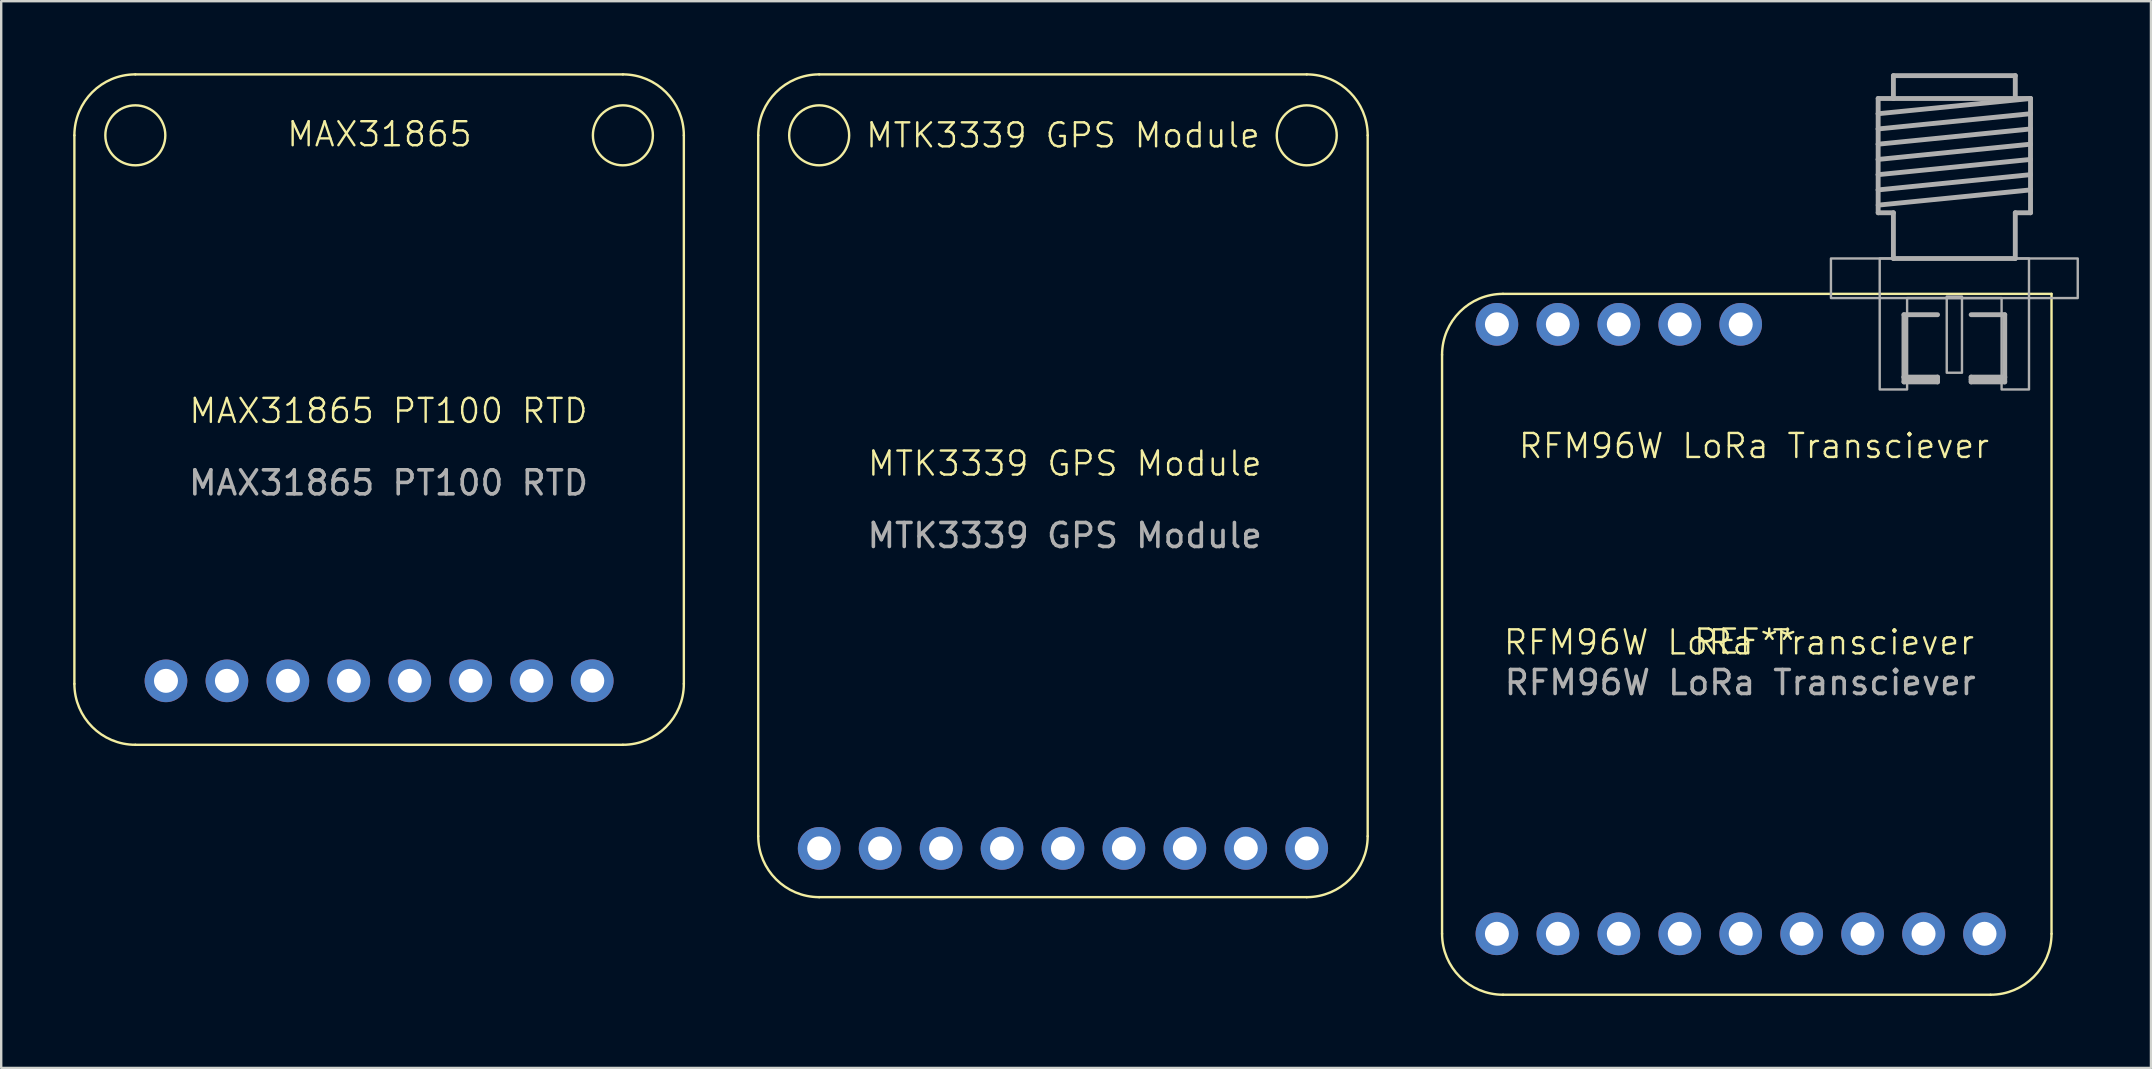
<source format=kicad_pcb>
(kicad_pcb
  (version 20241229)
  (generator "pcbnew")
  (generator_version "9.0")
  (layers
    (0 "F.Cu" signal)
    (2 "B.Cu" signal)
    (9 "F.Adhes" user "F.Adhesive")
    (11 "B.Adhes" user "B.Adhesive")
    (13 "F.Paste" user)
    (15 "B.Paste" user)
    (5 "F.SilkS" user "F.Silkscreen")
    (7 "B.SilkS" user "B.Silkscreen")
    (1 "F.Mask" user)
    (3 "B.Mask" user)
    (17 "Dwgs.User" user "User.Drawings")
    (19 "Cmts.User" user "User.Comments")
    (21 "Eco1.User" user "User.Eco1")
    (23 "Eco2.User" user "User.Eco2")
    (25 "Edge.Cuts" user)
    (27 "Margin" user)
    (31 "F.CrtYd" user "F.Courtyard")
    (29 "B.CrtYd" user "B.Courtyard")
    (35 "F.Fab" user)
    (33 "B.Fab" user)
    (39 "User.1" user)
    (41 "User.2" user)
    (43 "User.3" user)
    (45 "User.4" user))
  (footprint "MTK3339 GPS Module"
    (layer "F.Cu")
    (at 41.325 16.77)
    (property "Reference" "MTK3339 GPS Module" (at 0 -0.5 0) (unlocked yes) (layer "F.SilkS") (effects (font (size 1 1) (thickness 0.1))))
    (attr smd)
    (fp_line (start -12.775 15.03) (end -12.775 -14.18) (stroke (width 0.1) (type solid)) (layer "F.SilkS"))
    (fp_line (start -10.235 -16.72) (end 10.085 -16.72) (stroke (width 0.1) (type solid)) (layer "F.SilkS"))
    (fp_line (start 10.085 17.57) (end -10.235 17.57) (stroke (width 0.1) (type solid)) (layer "F.SilkS"))
    (fp_line (start 12.625 -14.18) (end 12.625 15.03) (stroke (width 0.1) (type solid)) (layer "F.SilkS"))
    (fp_arc (start -12.775 -14.18) (mid -12.031051 -15.976051) (end -10.235 -16.72) (stroke (width 0.1) (type solid)) (layer "F.SilkS"))
    (fp_arc (start -10.235 17.57) (mid -12.031051 16.826051) (end -12.775 15.03) (stroke (width 0.1) (type solid)) (layer "F.SilkS"))
    (fp_arc (start 10.085 -16.72) (mid 11.881051 -15.976051) (end 12.625 -14.18) (stroke (width 0.1) (type solid)) (layer "F.SilkS"))
    (fp_arc (start 12.625 15.03) (mid 11.881051 16.826051) (end 10.085 17.57) (stroke (width 0.1) (type solid)) (layer "F.SilkS"))
    (fp_circle (center -10.235 -14.18) (end -11.485 -14.18) (stroke (width 0.1) (type default)) (fill no) (layer "F.SilkS"))
    (fp_circle (center 10.085 -14.18) (end 8.835 -14.18) (stroke (width 0.1) (type default)) (fill no) (layer "F.SilkS"))
    (fp_text user "MTK3339 GPS Module" (at -0.075 -14.18 0) (unlocked yes) (layer "F.SilkS") (effects (font (size 1 1) (thickness 0.1))))
    (fp_text user "${REFERENCE}" (at 0 2.5 0) (unlocked yes) (layer "F.Fab") (effects (font (size 1 1) (thickness 0.15))))
    (pad "1" thru_hole circle (at -10.235 15.538 270) (size 1.778 1.778) (drill 1) (layers "*.Cu"))
    (pad "2" thru_hole circle (at -7.695 15.538 270) (size 1.778 1.778) (drill 1) (layers "*.Cu"))
    (pad "3" thru_hole circle (at -5.155 15.538 270) (size 1.778 1.778) (drill 1) (layers "*.Cu"))
    (pad "4" thru_hole circle (at -2.615 15.538 270) (size 1.778 1.778) (drill 1) (layers "*.Cu"))
    (pad "5" thru_hole circle (at -0.075 15.538 270) (size 1.778 1.778) (drill 1) (layers "*.Cu"))
    (pad "6" thru_hole circle (at 2.465 15.538 270) (size 1.778 1.778) (drill 1) (layers "*.Cu"))
    (pad "7" thru_hole circle (at 5.005 15.538 270) (size 1.778 1.778) (drill 1) (layers "*.Cu"))
    (pad "8" thru_hole circle (at 7.545 15.538 270) (size 1.778 1.778) (drill 1) (layers "*.Cu"))
    (pad "9" thru_hole circle (at 10.085 15.538 270) (size 1.778 1.778) (drill 1) (layers "*.Cu")))
  (footprint "RFM96W LoRa Transciever"
    (layer "F.Cu")
    (at 69.425 24.222)
    (property "Reference" "RFM96W LoRa Transciever" (at 0 -0.5 0) (unlocked yes) (layer "F.SilkS") (effects (font (size 1 1) (thickness 0.1))))
    (attr smd)
    (fp_line (start -12.375 11.645) (end -12.375 -12.485) (stroke (width 0.1) (type solid)) (layer "F.SilkS"))
    (fp_line (start -9.835 -15.025) (end 13.025 -15.025) (stroke (width 0.1) (type solid)) (layer "F.SilkS"))
    (fp_line (start 10.485 14.185) (end -9.835 14.185) (stroke (width 0.1) (type solid)) (layer "F.SilkS"))
    (fp_line (start 13.025 -15.025) (end 13.025 11.645) (stroke (width 0.1) (type solid)) (layer "F.SilkS"))
    (fp_arc (start -12.375 -12.485) (mid -11.631051 -14.281051) (end -9.835 -15.025) (stroke (width 0.1) (type solid)) (layer "F.SilkS"))
    (fp_arc (start -9.835 14.185) (mid -11.631051 13.441051) (end -12.375 11.645) (stroke (width 0.1) (type solid)) (layer "F.SilkS"))
    (fp_arc (start 13.025 11.645) (mid 12.281051 13.441051) (end 10.485 14.185) (stroke (width 0.1) (type solid)) (layer "F.SilkS"))
    (fp_line (start 5.8 -23.168) (end 6.435 -23.168) (stroke (width 0.203) (type solid)) (layer "F.Fab"))
    (fp_line (start 5.8 -22.533) (end 5.8 -23.168) (stroke (width 0.203) (type solid)) (layer "F.Fab"))
    (fp_line (start 5.8 -21.898) (end 5.8 -22.533) (stroke (width 0.203) (type solid)) (layer "F.Fab"))
    (fp_line (start 5.8 -21.263) (end 5.8 -21.898) (stroke (width 0.203) (type solid)) (layer "F.Fab"))
    (fp_line (start 5.8 -20.628) (end 5.8 -21.263) (stroke (width 0.203) (type solid)) (layer "F.Fab"))
    (fp_line (start 5.8 -19.993) (end 5.8 -20.628) (stroke (width 0.203) (type solid)) (layer "F.Fab"))
    (fp_line (start 5.8 -19.358) (end 5.8 -19.993) (stroke (width 0.203) (type solid)) (layer "F.Fab"))
    (fp_line (start 5.8 -18.405) (end 5.8 -19.358) (stroke (width 0.203) (type solid)) (layer "F.Fab"))
    (fp_line (start 6.435 -24.12) (end 11.515 -24.12) (stroke (width 0.203) (type solid)) (layer "F.Fab"))
    (fp_line (start 6.435 -23.168) (end 6.435 -24.12) (stroke (width 0.203) (type solid)) (layer "F.Fab"))
    (fp_line (start 6.435 -18.405) (end 5.8 -18.405) (stroke (width 0.203) (type solid)) (layer "F.Fab"))
    (fp_line (start 6.435 -16.5) (end 6.435 -18.405) (stroke (width 0.203) (type solid)) (layer "F.Fab"))
    (fp_line (start 6.875 -14.156) (end 6.875 -11.556) (stroke (width 0.203) (type solid)) (layer "F.Fab"))
    (fp_line (start 6.875 -14.156) (end 8.275 -14.156) (stroke (width 0.203) (type solid)) (layer "F.Fab"))
    (fp_line (start 6.875 -11.556) (end 8.275 -11.556) (stroke (width 0.203) (type solid)) (layer "F.Fab"))
    (fp_line (start 6.875 -11.356) (end 6.875 -11.556) (stroke (width 0.203) (type solid)) (layer "F.Fab"))
    (fp_line (start 6.875 -11.356) (end 8.275 -11.356) (stroke (width 0.203) (type solid)) (layer "F.Fab"))
    (fp_line (start 6.975 -11.456) (end 8.275 -11.456) (stroke (width 0.203) (type solid)) (layer "F.Fab"))
    (fp_line (start 8.275 -11.356) (end 8.275 -11.556) (stroke (width 0.203) (type solid)) (layer "F.Fab"))
    (fp_line (start 9.675 -14.156) (end 11.075 -14.156) (stroke (width 0.203) (type solid)) (layer "F.Fab"))
    (fp_line (start 9.675 -11.556) (end 11.075 -11.556) (stroke (width 0.203) (type solid)) (layer "F.Fab"))
    (fp_line (start 9.675 -11.456) (end 10.975 -11.456) (stroke (width 0.203) (type solid)) (layer "F.Fab"))
    (fp_line (start 9.675 -11.356) (end 9.675 -11.556) (stroke (width 0.203) (type solid)) (layer "F.Fab"))
    (fp_line (start 9.675 -11.356) (end 11.075 -11.356) (stroke (width 0.203) (type solid)) (layer "F.Fab"))
    (fp_line (start 11.075 -11.556) (end 11.075 -14.156) (stroke (width 0.203) (type solid)) (layer "F.Fab"))
    (fp_line (start 11.075 -11.356) (end 11.075 -11.556) (stroke (width 0.203) (type solid)) (layer "F.Fab"))
    (fp_line (start 11.515 -24.12) (end 11.515 -23.168) (stroke (width 0.203) (type solid)) (layer "F.Fab"))
    (fp_line (start 11.515 -23.168) (end 6.435 -23.168) (stroke (width 0.203) (type solid)) (layer "F.Fab"))
    (fp_line (start 11.515 -23.168) (end 12.15 -23.168) (stroke (width 0.203) (type solid)) (layer "F.Fab"))
    (fp_line (start 11.515 -18.405) (end 11.515 -16.5) (stroke (width 0.203) (type solid)) (layer "F.Fab"))
    (fp_line (start 11.515 -16.5) (end 6.435 -16.5) (stroke (width 0.203) (type solid)) (layer "F.Fab"))
    (fp_line (start 12.15 -23.168) (end 5.8 -22.533) (stroke (width 0.203) (type solid)) (layer "F.Fab"))
    (fp_line (start 12.15 -23.168) (end 12.15 -22.533) (stroke (width 0.203) (type solid)) (layer "F.Fab"))
    (fp_line (start 12.15 -22.533) (end 5.8 -21.898) (stroke (width 0.203) (type solid)) (layer "F.Fab"))
    (fp_line (start 12.15 -22.533) (end 12.15 -21.898) (stroke (width 0.203) (type solid)) (layer "F.Fab"))
    (fp_line (start 12.15 -21.898) (end 5.8 -21.263) (stroke (width 0.203) (type solid)) (layer "F.Fab"))
    (fp_line (start 12.15 -21.898) (end 12.15 -21.263) (stroke (width 0.203) (type solid)) (layer "F.Fab"))
    (fp_line (start 12.15 -21.263) (end 5.8 -20.628) (stroke (width 0.203) (type solid)) (layer "F.Fab"))
    (fp_line (start 12.15 -21.263) (end 12.15 -20.628) (stroke (width 0.203) (type solid)) (layer "F.Fab"))
    (fp_line (start 12.15 -20.628) (end 5.8 -19.993) (stroke (width 0.203) (type solid)) (layer "F.Fab"))
    (fp_line (start 12.15 -20.628) (end 12.15 -19.993) (stroke (width 0.203) (type solid)) (layer "F.Fab"))
    (fp_line (start 12.15 -19.993) (end 5.8 -19.358) (stroke (width 0.203) (type solid)) (layer "F.Fab"))
    (fp_line (start 12.15 -19.993) (end 12.15 -19.358) (stroke (width 0.203) (type solid)) (layer "F.Fab"))
    (fp_line (start 12.15 -19.358) (end 5.8 -18.723) (stroke (width 0.203) (type solid)) (layer "F.Fab"))
    (fp_line (start 12.15 -19.358) (end 12.15 -18.405) (stroke (width 0.203) (type solid)) (layer "F.Fab"))
    (fp_line (start 12.15 -18.405) (end 11.515 -18.405) (stroke (width 0.203) (type solid)) (layer "F.Fab"))
    (fp_rect (start 3.832 -16.5) (end 14.118 -14.85) (stroke (width 0.1) (type default)) (fill no) (layer "F.Fab"))
    (fp_rect (start 8.658 -14.913) (end 9.293 -11.738) (stroke (width 0.1) (type default)) (fill no) (layer "F.Fab"))
    (fp_poly (pts (xy 10.944 -11.04) (xy 10.944 -14.85) (xy 7.006 -14.85) (xy 7.006 -11.04) (xy 5.864 -11.04) (xy 5.864 -16.5) (xy 12.086 -16.5) (xy 12.086 -11.04)) (stroke (width 0.1) (type default)) (fill no) (layer "F.Fab"))
    (fp_text user "RFM96W LoRa Transciever" (at -9.25 -8.1 0) (unlocked yes) (layer "F.SilkS") (effects (font (size 1 1) (thickness 0.1)) (justify left bottom)))
    (fp_text user "REF**" (at -1.95 0.05 0) (unlocked yes) (layer "F.SilkS") (effects (font (size 1 1) (thickness 0.1)) (justify left bottom)))
    (fp_text user "${REFERENCE}" (at 0.05 1.175 0) (unlocked yes) (layer "F.Fab") (effects (font (size 1 1) (thickness 0.15))))
    (pad "1" thru_hole circle (at -10.089 11.645 90) (size 1.778 1.778) (drill 1) (layers "*.Cu"))
    (pad "2" thru_hole circle (at -7.549 11.645 90) (size 1.778 1.778) (drill 1) (layers "*.Cu"))
    (pad "3" thru_hole circle (at -5.009 11.645 90) (size 1.778 1.778) (drill 1) (layers "*.Cu"))
    (pad "4" thru_hole circle (at -2.469 11.645 90) (size 1.778 1.778) (drill 1) (layers "*.Cu"))
    (pad "5" thru_hole circle (at 0.071 11.645 90) (size 1.778 1.778) (drill 1) (layers "*.Cu"))
    (pad "6" thru_hole circle (at 2.611 11.645 90) (size 1.778 1.778) (drill 1) (layers "*.Cu"))
    (pad "7" thru_hole circle (at 5.151 11.645 90) (size 1.778 1.778) (drill 1) (layers "*.Cu"))
    (pad "8" thru_hole circle (at 7.691 11.645 90) (size 1.778 1.778) (drill 1) (layers "*.Cu"))
    (pad "9" thru_hole circle (at 10.231 11.645 90) (size 1.778 1.778) (drill 1) (layers "*.Cu"))
    (pad "10" thru_hole circle (at -10.089 -13.755 90) (size 1.778 1.778) (drill 1) (layers "*.Cu"))
    (pad "11" thru_hole circle (at -7.549 -13.755 90) (size 1.778 1.778) (drill 1) (layers "*.Cu"))
    (pad "12" thru_hole circle (at -5.009 -13.755 90) (size 1.778 1.778) (drill 1) (layers "*.Cu"))
    (pad "13" thru_hole circle (at -2.469 -13.755 90) (size 1.778 1.778) (drill 1) (layers "*.Cu"))
    (pad "14" thru_hole circle (at 0.071 -13.755 90) (size 1.778 1.778) (drill 1) (layers "*.Cu")))
  (footprint "MAX31865 PT100 RTD"
    (layer "F.Cu")
    (at 13.142 14.575)
    (property "Reference" "MAX31865 PT100 RTD" (at 0 -0.5 0) (unlocked yes) (layer "F.SilkS") (effects (font (size 1 1) (thickness 0.1))))
    (attr smd)
    (fp_line (start -13.092 -11.985) (end -13.092 10.875) (stroke (width 0.1) (type solid)) (layer "F.SilkS"))
    (fp_line (start 9.768 -14.525) (end -10.552 -14.525) (stroke (width 0.1) (type solid)) (layer "F.SilkS"))
    (fp_line (start 9.768 13.415) (end -10.552 13.415) (stroke (width 0.1) (type solid)) (layer "F.SilkS"))
    (fp_line (start 12.308 10.875) (end 12.308 -11.985) (stroke (width 0.1) (type solid)) (layer "F.SilkS"))
    (fp_arc (start -13.091975 -11.984975) (mid -12.348026 -13.781026) (end -10.551975 -14.524975) (stroke (width 0.1) (type default)) (layer "F.SilkS"))
    (fp_arc (start -10.551975 13.415025) (mid -12.348026 12.671076) (end -13.091975 10.875025) (stroke (width 0.1) (type default)) (layer "F.SilkS"))
    (fp_arc (start 9.768025 -14.524975) (mid 11.564077 -13.781027) (end 12.308025 -11.984975) (stroke (width 0.1) (type solid)) (layer "F.SilkS"))
    (fp_arc (start 12.308025 10.875025) (mid 11.564077 12.671077) (end 9.768025 13.415025) (stroke (width 0.1) (type solid)) (layer "F.SilkS"))
    (fp_circle (center -10.552 -11.985) (end -9.302 -11.985) (stroke (width 0.1) (type solid)) (fill no) (layer "F.SilkS"))
    (fp_circle (center 9.768 -11.985) (end 11.018 -11.985) (stroke (width 0.1) (type solid)) (fill no) (layer "F.SilkS"))
    (fp_text user "MAX31865" (at -4.299 -11.445 0) (unlocked yes) (layer "F.SilkS") (effects (font (size 1 1) (thickness 0.1)) (justify left bottom)))
    (fp_text user "${REFERENCE}" (at 0 2.5 0) (unlocked yes) (layer "F.Fab") (effects (font (size 1 1) (thickness 0.15))))
    (pad "1" thru_hole circle (at -9.275 10.75) (size 1.778 1.778) (drill 1) (layers "*.Cu" "*.Mask"))
    (pad "2" thru_hole circle (at -6.735 10.75) (size 1.778 1.778) (drill 1) (layers "*.Cu" "*.Mask"))
    (pad "3" thru_hole circle (at -4.195 10.75) (size 1.778 1.778) (drill 1) (layers "*.Cu" "*.Mask"))
    (pad "4" thru_hole circle (at -1.655 10.75) (size 1.778 1.778) (drill 1) (layers "*.Cu" "*.Mask"))
    (pad "5" thru_hole circle (at 0.885 10.75) (size 1.778 1.778) (drill 1) (layers "*.Cu" "*.Mask"))
    (pad "6" thru_hole circle (at 3.425 10.75) (size 1.778 1.778) (drill 1) (layers "*.Cu" "*.Mask"))
    (pad "7" thru_hole circle (at 5.965 10.75) (size 1.778 1.778) (drill 1) (layers "*.Cu" "*.Mask"))
    (pad "8" thru_hole circle (at 8.491 10.746) (size 1.778 1.778) (drill 1) (layers "*.Cu" "*.Mask")))
  (gr_rect
    (start -3 -3)
    (end 86.594 41.457)
    (stroke (width 0.1) (type default))
    (fill no)
    (layer "Edge.Cuts")))
</source>
